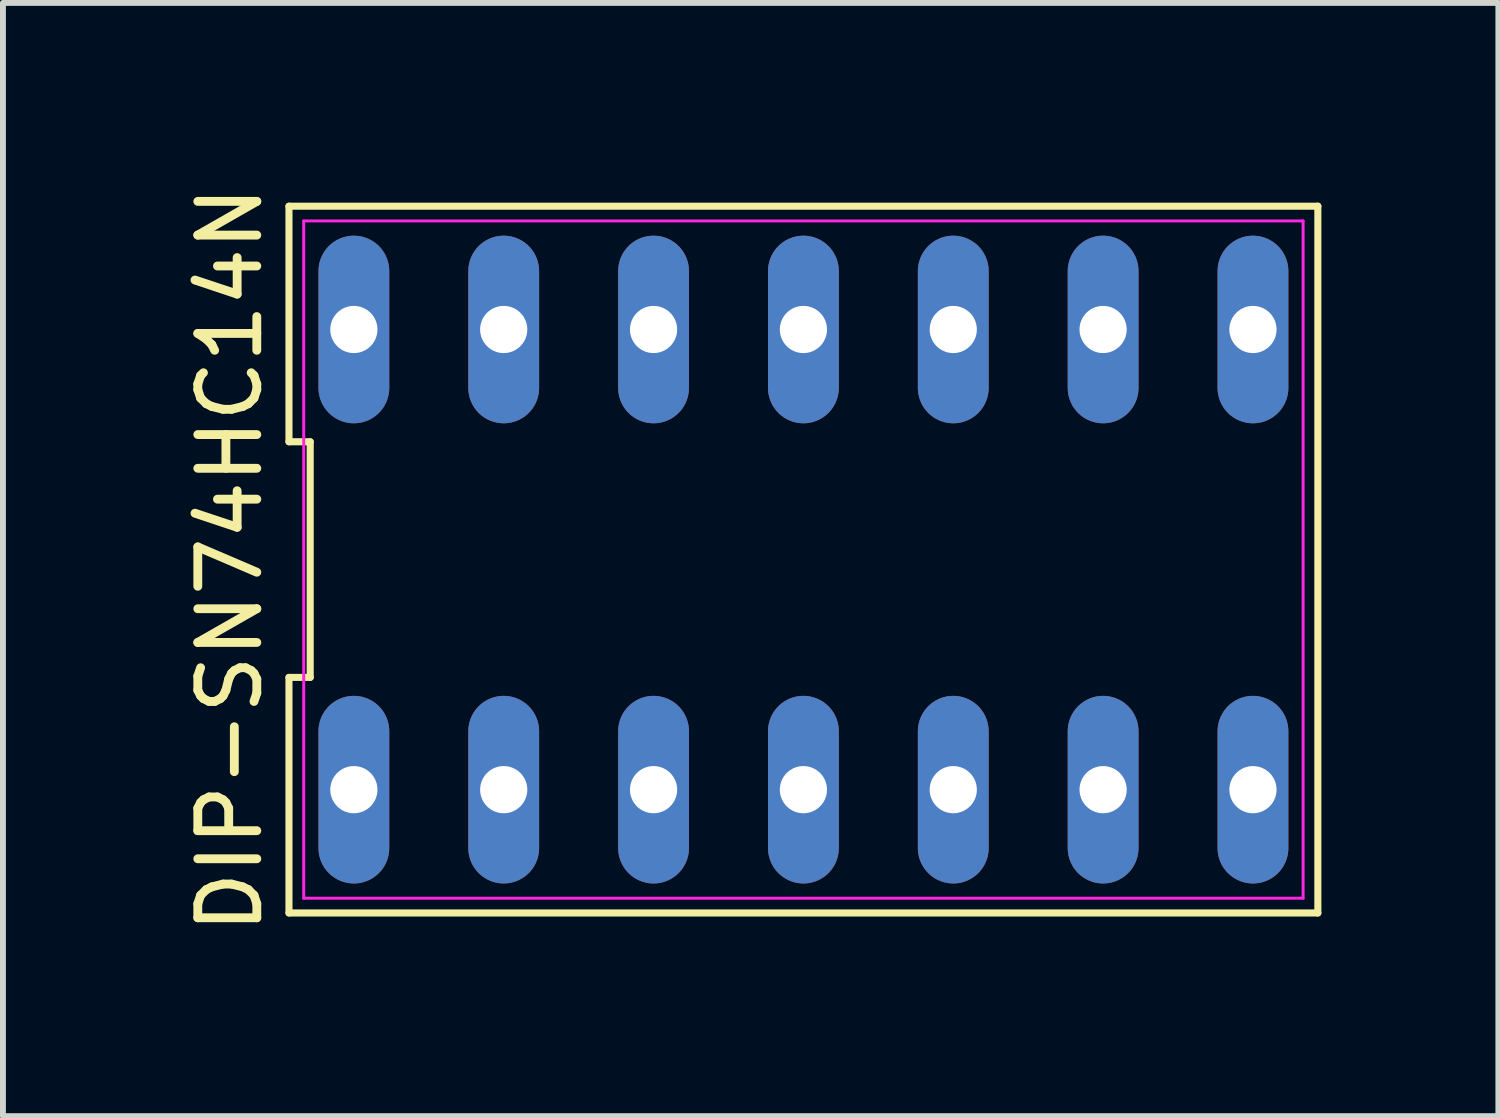
<source format=kicad_pcb>
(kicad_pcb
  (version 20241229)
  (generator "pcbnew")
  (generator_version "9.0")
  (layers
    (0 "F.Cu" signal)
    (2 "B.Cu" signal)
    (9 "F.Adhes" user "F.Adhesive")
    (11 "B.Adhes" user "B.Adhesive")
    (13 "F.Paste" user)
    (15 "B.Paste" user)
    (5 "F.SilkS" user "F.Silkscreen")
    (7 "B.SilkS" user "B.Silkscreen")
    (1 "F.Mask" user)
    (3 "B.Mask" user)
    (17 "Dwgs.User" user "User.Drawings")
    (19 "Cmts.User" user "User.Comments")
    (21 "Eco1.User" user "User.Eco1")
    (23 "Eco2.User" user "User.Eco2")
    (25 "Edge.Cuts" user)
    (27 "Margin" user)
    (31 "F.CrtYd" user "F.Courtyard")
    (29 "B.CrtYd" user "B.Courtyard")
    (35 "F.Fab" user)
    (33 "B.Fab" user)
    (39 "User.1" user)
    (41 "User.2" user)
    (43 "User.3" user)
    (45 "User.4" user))
  (footprint "DIP-SN74HC14N"
    (layer "F.Cu")
    (at 10.568 6.435)
    (property "Reference" "DIP-SN74HC14N" (at -9.72 0 90) (unlocked yes) (layer "F.SilkS") (effects (font (size 1 1) (thickness 0.15))))
    (attr through_hole)
    (fp_line (start -8.72 -5.99) (end -8.72 -1.997) (stroke (width 0.12) (type default)) (layer "F.SilkS"))
    (fp_line (start -8.72 -1.997) (end -8.36 -1.997) (stroke (width 0.12) (type default)) (layer "F.SilkS"))
    (fp_line (start -8.72 1.997) (end -8.72 5.99) (stroke (width 0.12) (type default)) (layer "F.SilkS"))
    (fp_line (start -8.72 5.99) (end 8.72 5.99) (stroke (width 0.12) (type default)) (layer "F.SilkS"))
    (fp_line (start -8.36 -1.997) (end -8.36 1.997) (stroke (width 0.12) (type default)) (layer "F.SilkS"))
    (fp_line (start -8.36 1.997) (end -8.72 1.997) (stroke (width 0.12) (type default)) (layer "F.SilkS"))
    (fp_line (start 8.72 -5.99) (end -8.72 -5.99) (stroke (width 0.12) (type default)) (layer "F.SilkS"))
    (fp_line (start 8.72 5.99) (end 8.72 -5.99) (stroke (width 0.12) (type default)) (layer "F.SilkS"))
    (fp_line (start -8.47 -5.74) (end 8.47 -5.74) (stroke (width 0.05) (type default)) (layer "F.CrtYd"))
    (fp_line (start -8.47 5.74) (end -8.47 -5.74) (stroke (width 0.05) (type default)) (layer "F.CrtYd"))
    (fp_line (start 8.47 -5.74) (end 8.47 5.74) (stroke (width 0.05) (type default)) (layer "F.CrtYd"))
    (fp_line (start 8.47 5.74) (end -8.47 5.74) (stroke (width 0.05) (type default)) (layer "F.CrtYd"))
    (pad "1" thru_hole oval (at -7.62 3.9) (size 1.2 3.18) (drill 0.8) (layers "*.Cu" "*.Mask"))
    (pad "2" thru_hole oval (at -5.08 3.9) (size 1.2 3.18) (drill 0.8) (layers "*.Cu" "*.Mask"))
    (pad "3" thru_hole oval (at -2.54 3.9) (size 1.2 3.18) (drill 0.8) (layers "*.Cu" "*.Mask"))
    (pad "4" thru_hole oval (at 0 3.9) (size 1.2 3.18) (drill 0.8) (layers "*.Cu" "*.Mask"))
    (pad "5" thru_hole oval (at 2.54 3.9) (size 1.2 3.18) (drill 0.8) (layers "*.Cu" "*.Mask"))
    (pad "6" thru_hole oval (at 5.08 3.9) (size 1.2 3.18) (drill 0.8) (layers "*.Cu" "*.Mask"))
    (pad "7" thru_hole oval (at 7.62 3.9) (size 1.2 3.18) (drill 0.8) (layers "*.Cu" "*.Mask"))
    (pad "8" thru_hole oval (at 7.62 -3.9) (size 1.2 3.18) (drill 0.8) (layers "*.Cu" "*.Mask"))
    (pad "9" thru_hole oval (at 5.08 -3.9) (size 1.2 3.18) (drill 0.8) (layers "*.Cu" "*.Mask"))
    (pad "10" thru_hole oval (at 2.54 -3.9) (size 1.2 3.18) (drill 0.8) (layers "*.Cu" "*.Mask"))
    (pad "11" thru_hole oval (at 0 -3.9) (size 1.2 3.18) (drill 0.8) (layers "*.Cu" "*.Mask"))
    (pad "12" thru_hole oval (at -2.54 -3.9) (size 1.2 3.18) (drill 0.8) (layers "*.Cu" "*.Mask"))
    (pad "13" thru_hole oval (at -5.08 -3.9) (size 1.2 3.18) (drill 0.8) (layers "*.Cu" "*.Mask"))
    (pad "14" thru_hole oval (at -7.62 -3.9) (size 1.2 3.18) (drill 0.8) (layers "*.Cu" "*.Mask")))
  (gr_rect
    (start -3 -3)
    (end 22.348 15.869)
    (stroke (width 0.1) (type default))
    (fill no)
    (layer "Edge.Cuts")))
</source>
